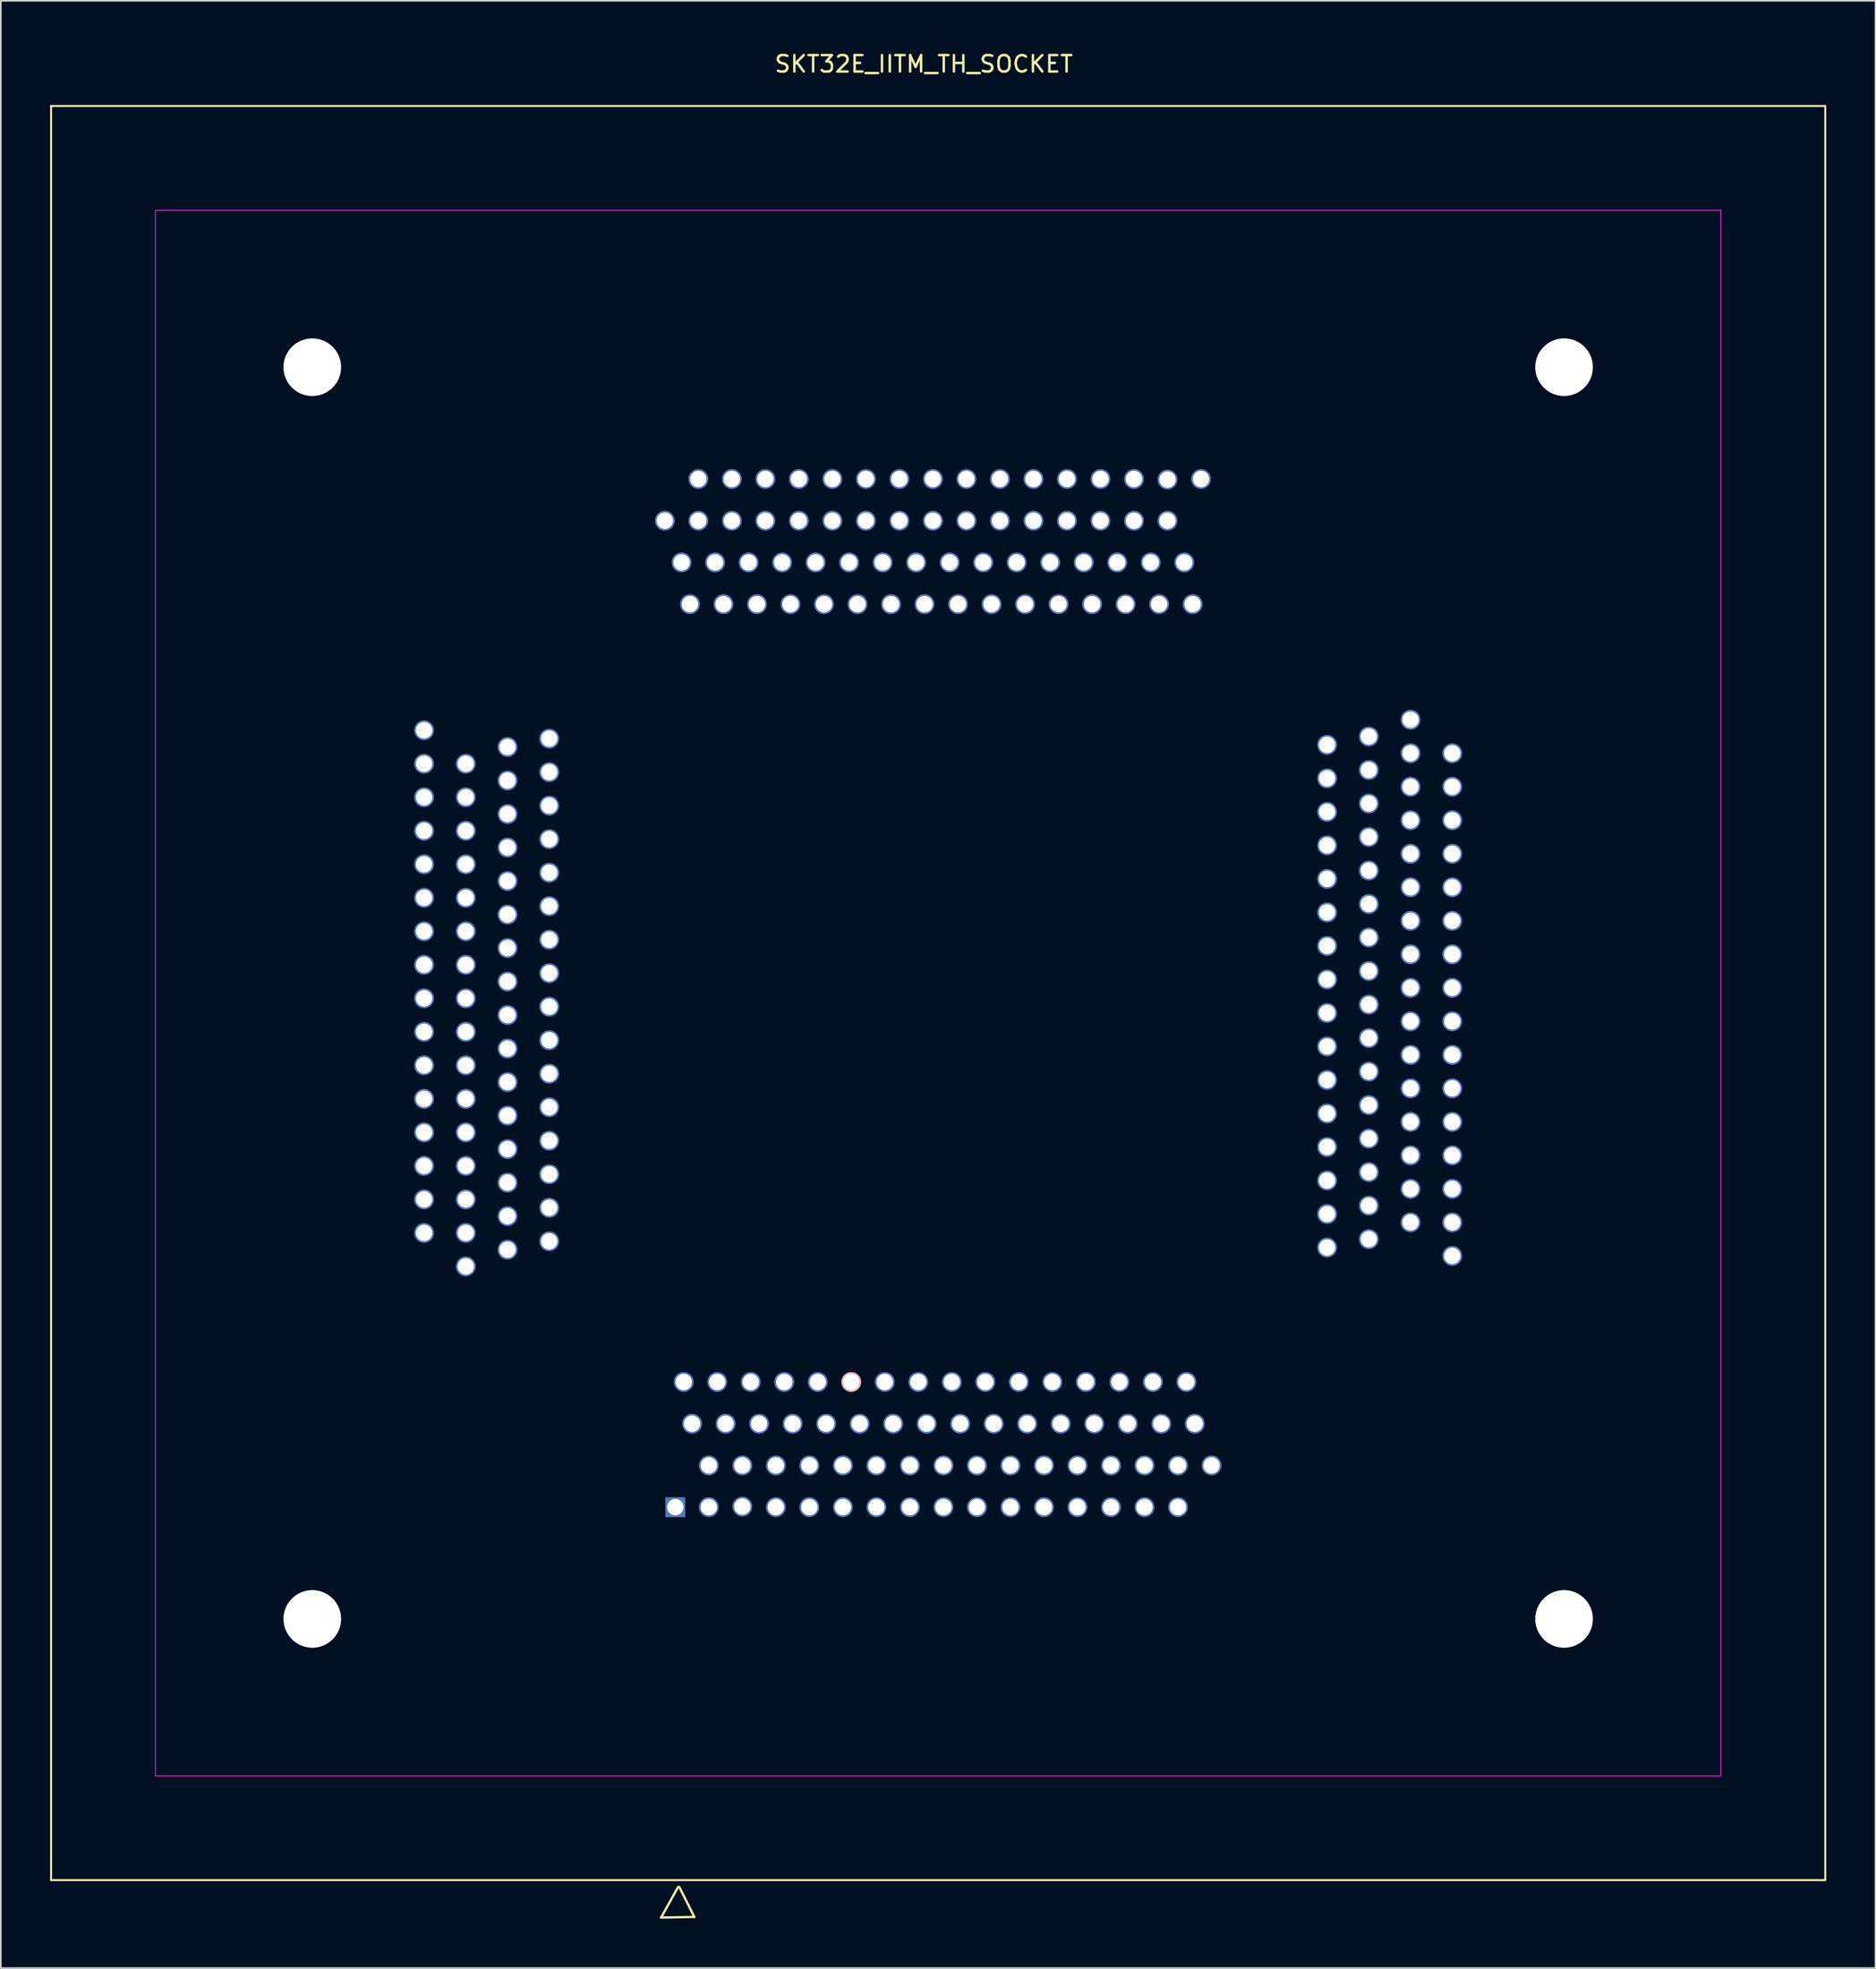
<source format=kicad_pcb>
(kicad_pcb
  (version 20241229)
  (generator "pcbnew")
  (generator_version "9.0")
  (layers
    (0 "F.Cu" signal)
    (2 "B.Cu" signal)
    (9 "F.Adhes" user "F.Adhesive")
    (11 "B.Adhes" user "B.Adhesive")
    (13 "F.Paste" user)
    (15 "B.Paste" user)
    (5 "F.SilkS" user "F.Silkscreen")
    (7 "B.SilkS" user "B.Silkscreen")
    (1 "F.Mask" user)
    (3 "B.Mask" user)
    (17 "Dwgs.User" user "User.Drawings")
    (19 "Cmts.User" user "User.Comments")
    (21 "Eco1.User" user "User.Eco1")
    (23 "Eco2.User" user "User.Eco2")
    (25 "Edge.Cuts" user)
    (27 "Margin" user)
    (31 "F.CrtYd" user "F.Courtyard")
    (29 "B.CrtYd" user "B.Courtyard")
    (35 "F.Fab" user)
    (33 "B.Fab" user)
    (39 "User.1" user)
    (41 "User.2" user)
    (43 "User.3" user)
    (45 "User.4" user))
  (footprint "SKT32E_IITM_TH_SOCKET"
    (layer "F.Cu")
    (at 54.06 57.404)
    (property "Reference" "SKT32E_IITM_TH_SOCKET" (at -0.874 -56.556 0) (layer "F.SilkS") (effects (font (size 1 1) (thickness 0.15))))
    (attr through_hole)
    (fp_line (start -54 -54) (end -54 54) (stroke (width 0.12) (type solid)) (layer "F.SilkS"))
    (fp_line (start -54 54) (end 54 54) (stroke (width 0.12) (type solid)) (layer "F.SilkS"))
    (fp_line (start -16.798 56.278) (end -14.869 56.241) (stroke (width 0.14) (type solid)) (layer "F.SilkS"))
    (fp_line (start -15.829 54.412) (end -16.871 56.286) (stroke (width 0.14) (type solid)) (layer "F.SilkS"))
    (fp_line (start -14.839 56.251) (end -15.758 54.422) (stroke (width 0.14) (type solid)) (layer "F.SilkS"))
    (fp_line (start 54 -54) (end -54 -54) (stroke (width 0.12) (type solid)) (layer "F.SilkS"))
    (fp_line (start 54 54) (end 54 -54) (stroke (width 0.12) (type solid)) (layer "F.SilkS"))
    (fp_line (start -47.65 -47.65) (end -47.65 47.65) (stroke (width 0.05) (type solid)) (layer "F.CrtYd"))
    (fp_line (start 47.65 -47.65) (end -47.65 -47.65) (stroke (width 0.05) (type solid)) (layer "F.CrtYd"))
    (fp_line (start 47.65 -47.65) (end 47.65 47.65) (stroke (width 0.05) (type solid)) (layer "F.CrtYd"))
    (fp_line (start 47.65 47.65) (end -47.65 47.65) (stroke (width 0.05) (type solid)) (layer "F.CrtYd"))
    (pad " " thru_hole circle (at -38.1 -38.1 270) (size 3.5 3.5) (drill 3.5) (layers "*.Cu"))
    (pad " " thru_hole circle (at -38.1 38.1 270) (size 3.5 3.5) (drill 3.5) (layers "*.Cu"))
    (pad " " thru_hole circle (at 38.1 -38.1 270) (size 3.5 3.5) (drill 3.5) (layers "*.Cu"))
    (pad " " thru_hole circle (at 38.1 38.1 270) (size 3.5 3.5) (drill 3.5) (layers "*.Cu"))
    (pad "1" thru_hole rect (at -16 31.295) (size 1.2 1.2) (drill 1) (layers "*.Cu" "*.Mask"))
    (pad "2" thru_hole circle (at -15.49 23.675) (size 1.2 1.2) (drill 1) (layers "*.Cu" "*.Mask"))
    (pad "3" thru_hole circle (at -14.98 26.215) (size 1.2 1.2) (drill 1) (layers "*.Cu" "*.Mask"))
    (pad "4" thru_hole circle (at -13.96 28.755) (size 1.2 1.2) (drill 1) (layers "*.Cu" "*.Mask"))
    (pad "5" thru_hole circle (at -13.96 31.295) (size 1.2 1.2) (drill 1) (layers "*.Cu" "*.Mask"))
    (pad "6" thru_hole circle (at -13.45 23.675) (size 1.2 1.2) (drill 1) (layers "*.Cu" "*.Mask"))
    (pad "7" thru_hole circle (at -12.94 26.215) (size 1.2 1.2) (drill 1) (layers "*.Cu" "*.Mask"))
    (pad "8" thru_hole circle (at -11.92 28.755) (size 1.2 1.2) (drill 1) (layers "*.Cu" "*.Mask"))
    (pad "9" thru_hole circle (at -11.92 31.259) (size 1.2 1.2) (drill 1) (layers "*.Cu" "*.Mask"))
    (pad "10" thru_hole circle (at -11.41 23.675) (size 1.2 1.2) (drill 1) (layers "*.Cu" "*.Mask"))
    (pad "11" thru_hole circle (at -10.9 26.215) (size 1.2 1.2) (drill 1) (layers "*.Cu" "*.Mask"))
    (pad "12" thru_hole circle (at -9.88 28.755) (size 1.2 1.2) (drill 1) (layers "*.Cu" "*.Mask"))
    (pad "13" thru_hole circle (at -9.88 31.295) (size 1.2 1.2) (drill 1) (layers "*.Cu" "*.Mask"))
    (pad "14" thru_hole circle (at -9.37 23.675) (size 1.2 1.2) (drill 1) (layers "*.Cu" "*.Mask"))
    (pad "15" thru_hole circle (at -8.86 26.215) (size 1.2 1.2) (drill 1) (layers "*.Cu" "*.Mask"))
    (pad "16" thru_hole circle (at -7.84 28.755) (size 1.2 1.2) (drill 1) (layers "*.Cu" "*.Mask"))
    (pad "17" thru_hole circle (at -7.84 31.295) (size 1.2 1.2) (drill 1) (layers "*.Cu" "*.Mask"))
    (pad "18" thru_hole circle (at -7.33 23.675) (size 1.2 1.2) (drill 1) (layers "*.Cu" "*.Mask"))
    (pad "19" thru_hole circle (at -6.82 26.215) (size 1.2 1.2) (drill 1) (layers "*.Cu" "*.Mask"))
    (pad "20" thru_hole circle (at -5.8 28.755) (size 1.2 1.2) (drill 1) (layers "*.Cu" "*.Mask"))
    (pad "21" thru_hole circle (at -5.8 31.295) (size 1.2 1.2) (drill 1) (layers "*.Cu" "*.Mask"))
    (pad "22" thru_hole circle (at -5.29 23.675) (size 1.2 1.2) (drill 1) (layers "*.Cu" "F.Mask" "B.SilkS"))
    (pad "23" thru_hole circle (at -4.78 26.215) (size 1.2 1.2) (drill 1) (layers "*.Cu" "*.Mask"))
    (pad "24" thru_hole circle (at -3.76 28.755) (size 1.2 1.2) (drill 1) (layers "*.Cu" "*.Mask"))
    (pad "25" thru_hole circle (at -3.76 31.295) (size 1.2 1.2) (drill 1) (layers "*.Cu" "*.Mask"))
    (pad "26" thru_hole circle (at -3.25 23.675) (size 1.2 1.2) (drill 1) (layers "*.Cu" "*.Mask"))
    (pad "27" thru_hole circle (at -2.74 26.215) (size 1.2 1.2) (drill 1) (layers "*.Cu" "*.Mask"))
    (pad "28" thru_hole circle (at -1.72 28.755) (size 1.2 1.2) (drill 1) (layers "*.Cu" "*.Mask"))
    (pad "29" thru_hole circle (at -1.72 31.295) (size 1.2 1.2) (drill 1) (layers "*.Cu" "*.Mask"))
    (pad "30" thru_hole circle (at -1.21 23.675) (size 1.2 1.2) (drill 1) (layers "*.Cu" "*.Mask"))
    (pad "31" thru_hole circle (at -0.7 26.215) (size 1.2 1.2) (drill 1) (layers "*.Cu" "*.Mask"))
    (pad "32" thru_hole circle (at 0.32 28.755) (size 1.2 1.2) (drill 1) (layers "*.Cu" "*.Mask"))
    (pad "33" thru_hole circle (at 0.32 31.295) (size 1.2 1.2) (drill 1) (layers "*.Cu" "*.Mask"))
    (pad "34" thru_hole circle (at 0.83 23.675) (size 1.2 1.2) (drill 1) (layers "*.Cu" "*.Mask"))
    (pad "35" thru_hole circle (at 1.34 26.215) (size 1.2 1.2) (drill 1) (layers "*.Cu" "*.Mask"))
    (pad "36" thru_hole circle (at 2.36 28.755) (size 1.2 1.2) (drill 1) (layers "*.Cu" "*.Mask"))
    (pad "37" thru_hole circle (at 2.36 31.295) (size 1.2 1.2) (drill 1) (layers "*.Cu" "*.Mask"))
    (pad "38" thru_hole circle (at 2.87 23.675) (size 1.2 1.2) (drill 1) (layers "*.Cu" "*.Mask"))
    (pad "39" thru_hole circle (at 3.38 26.215) (size 1.2 1.2) (drill 1) (layers "*.Cu" "*.Mask"))
    (pad "40" thru_hole circle (at 4.4 28.755) (size 1.2 1.2) (drill 1) (layers "*.Cu" "*.Mask"))
    (pad "41" thru_hole circle (at 4.4 31.295) (size 1.2 1.2) (drill 1) (layers "*.Cu" "*.Mask"))
    (pad "42" thru_hole circle (at 4.91 23.675) (size 1.2 1.2) (drill 1) (layers "*.Cu" "*.Mask"))
    (pad "43" thru_hole circle (at 5.42 26.215) (size 1.2 1.2) (drill 1) (layers "*.Cu" "*.Mask"))
    (pad "44" thru_hole circle (at 6.44 28.755) (size 1.2 1.2) (drill 1) (layers "*.Cu" "*.Mask"))
    (pad "45" thru_hole circle (at 6.44 31.295) (size 1.2 1.2) (drill 1) (layers "*.Cu" "*.Mask"))
    (pad "46" thru_hole circle (at 6.95 23.675) (size 1.2 1.2) (drill 1) (layers "*.Cu" "*.Mask"))
    (pad "47" thru_hole circle (at 7.46 26.215) (size 1.2 1.2) (drill 1) (layers "*.Cu" "*.Mask"))
    (pad "48" thru_hole circle (at 8.48 28.755) (size 1.2 1.2) (drill 1) (layers "*.Cu" "*.Mask"))
    (pad "49" thru_hole circle (at 8.48 31.295) (size 1.2 1.2) (drill 1) (layers "*.Cu" "*.Mask"))
    (pad "50" thru_hole circle (at 8.99 23.675) (size 1.2 1.2) (drill 1) (layers "*.Cu" "*.Mask"))
    (pad "51" thru_hole circle (at 9.5 26.215) (size 1.2 1.2) (drill 1) (layers "*.Cu" "*.Mask"))
    (pad "52" thru_hole circle (at 10.52 28.755) (size 1.2 1.2) (drill 1) (layers "*.Cu" "*.Mask"))
    (pad "53" thru_hole circle (at 10.52 31.295) (size 1.2 1.2) (drill 1) (layers "*.Cu" "*.Mask"))
    (pad "54" thru_hole circle (at 11.03 23.675) (size 1.2 1.2) (drill 1) (layers "*.Cu" "*.Mask"))
    (pad "55" thru_hole circle (at 11.54 26.215) (size 1.2 1.2) (drill 1) (layers "*.Cu" "*.Mask"))
    (pad "56" thru_hole circle (at 12.56 28.755) (size 1.2 1.2) (drill 1) (layers "*.Cu" "*.Mask"))
    (pad "57" thru_hole circle (at 12.56 31.295) (size 1.2 1.2) (drill 1) (layers "*.Cu" "*.Mask"))
    (pad "58" thru_hole circle (at 13.07 23.675) (size 1.2 1.2) (drill 1) (layers "*.Cu" "*.Mask"))
    (pad "59" thru_hole circle (at 13.58 26.215) (size 1.2 1.2) (drill 1) (layers "*.Cu" "*.Mask"))
    (pad "60" thru_hole circle (at 14.6 28.755) (size 1.2 1.2) (drill 1) (layers "*.Cu" "*.Mask"))
    (pad "61" thru_hole circle (at 14.6 31.295) (size 1.2 1.2) (drill 1) (layers "*.Cu" "*.Mask"))
    (pad "62" thru_hole circle (at 15.11 23.675) (size 1.2 1.2) (drill 1) (layers "*.Cu" "*.Mask"))
    (pad "63" thru_hole circle (at 15.62 26.215) (size 1.2 1.2) (drill 1) (layers "*.Cu" "*.Mask"))
    (pad "64" thru_hole circle (at 16.64 28.755) (size 1.2 1.2) (drill 1) (layers "*.Cu" "*.Mask"))
    (pad "65" thru_hole circle (at 31.295 16 90) (size 1.2 1.2) (drill 1) (layers "*.Cu" "*.Mask"))
    (pad "66" thru_hole circle (at 23.675 15.49 90) (size 1.2 1.2) (drill 1) (layers "*.Cu" "*.Mask"))
    (pad "67" thru_hole circle (at 26.215 14.98 90) (size 1.2 1.2) (drill 1) (layers "*.Cu" "*.Mask"))
    (pad "68" thru_hole circle (at 28.755 13.96 90) (size 1.2 1.2) (drill 1) (layers "*.Cu" "*.Mask"))
    (pad "69" thru_hole circle (at 31.295 13.96 90) (size 1.2 1.2) (drill 1) (layers "*.Cu" "*.Mask"))
    (pad "70" thru_hole circle (at 23.675 13.45 90) (size 1.2 1.2) (drill 1) (layers "*.Cu" "*.Mask"))
    (pad "71" thru_hole circle (at 26.215 12.94 90) (size 1.2 1.2) (drill 1) (layers "*.Cu" "*.Mask"))
    (pad "72" thru_hole circle (at 28.755 11.92 90) (size 1.2 1.2) (drill 1) (layers "*.Cu" "*.Mask"))
    (pad "73" thru_hole circle (at 31.295 11.92 90) (size 1.2 1.2) (drill 1) (layers "*.Cu" "*.Mask"))
    (pad "74" thru_hole circle (at 23.675 11.41 90) (size 1.2 1.2) (drill 1) (layers "*.Cu" "*.Mask"))
    (pad "75" thru_hole circle (at 26.215 10.9 90) (size 1.2 1.2) (drill 1) (layers "*.Cu" "*.Mask"))
    (pad "76" thru_hole circle (at 28.755 9.88 90) (size 1.2 1.2) (drill 1) (layers "*.Cu" "*.Mask"))
    (pad "77" thru_hole circle (at 31.295 9.88 90) (size 1.2 1.2) (drill 1) (layers "*.Cu" "*.Mask"))
    (pad "78" thru_hole circle (at 23.675 9.37 90) (size 1.2 1.2) (drill 1) (layers "*.Cu" "*.Mask"))
    (pad "79" thru_hole circle (at 26.215 8.86 90) (size 1.2 1.2) (drill 1) (layers "*.Cu" "*.Mask"))
    (pad "80" thru_hole circle (at 28.755 7.84 90) (size 1.2 1.2) (drill 1) (layers "*.Cu" "*.Mask"))
    (pad "81" thru_hole circle (at 31.295 7.84 90) (size 1.2 1.2) (drill 1) (layers "*.Cu" "*.Mask"))
    (pad "82" thru_hole circle (at 23.675 7.33 90) (size 1.2 1.2) (drill 1) (layers "*.Cu" "*.Mask"))
    (pad "83" thru_hole circle (at 26.215 6.82 90) (size 1.2 1.2) (drill 1) (layers "*.Cu" "*.Mask"))
    (pad "84" thru_hole circle (at 28.755 5.8 90) (size 1.2 1.2) (drill 1) (layers "*.Cu" "*.Mask"))
    (pad "85" thru_hole circle (at 31.295 5.8 90) (size 1.2 1.2) (drill 1) (layers "*.Cu" "*.Mask"))
    (pad "86" thru_hole circle (at 23.675 5.29 90) (size 1.2 1.2) (drill 1) (layers "*.Cu" "*.Mask"))
    (pad "87" thru_hole circle (at 26.215 4.78 90) (size 1.2 1.2) (drill 1) (layers "*.Cu" "*.Mask"))
    (pad "88" thru_hole circle (at 28.755 3.76 90) (size 1.2 1.2) (drill 1) (layers "*.Cu" "*.Mask"))
    (pad "89" thru_hole circle (at 31.295 3.76 90) (size 1.2 1.2) (drill 1) (layers "*.Cu" "*.Mask"))
    (pad "90" thru_hole circle (at 23.675 3.25 90) (size 1.2 1.2) (drill 1) (layers "*.Cu" "*.Mask"))
    (pad "91" thru_hole circle (at 26.215 2.74 90) (size 1.2 1.2) (drill 1) (layers "*.Cu" "*.Mask"))
    (pad "92" thru_hole circle (at 28.755 1.72 90) (size 1.2 1.2) (drill 1) (layers "*.Cu" "*.Mask"))
    (pad "93" thru_hole circle (at 31.295 1.72 90) (size 1.2 1.2) (drill 1) (layers "*.Cu" "*.Mask"))
    (pad "94" thru_hole circle (at 23.675 1.21 90) (size 1.2 1.2) (drill 1) (layers "*.Cu" "*.Mask"))
    (pad "95" thru_hole circle (at 26.215 0.7 90) (size 1.2 1.2) (drill 1) (layers "*.Cu" "*.Mask"))
    (pad "96" thru_hole circle (at 28.755 -0.32 90) (size 1.2 1.2) (drill 1) (layers "*.Cu" "*.Mask"))
    (pad "97" thru_hole circle (at 31.295 -0.32 90) (size 1.2 1.2) (drill 1) (layers "*.Cu" "*.Mask"))
    (pad "98" thru_hole circle (at 23.675 -0.83 90) (size 1.2 1.2) (drill 1) (layers "*.Cu" "*.Mask"))
    (pad "99" thru_hole circle (at 26.215 -1.34 90) (size 1.2 1.2) (drill 1) (layers "*.Cu" "*.Mask"))
    (pad "100" thru_hole circle (at 28.755 -2.36 90) (size 1.2 1.2) (drill 1) (layers "*.Cu" "*.Mask"))
    (pad "101" thru_hole circle (at 31.295 -2.36 90) (size 1.2 1.2) (drill 1) (layers "*.Cu" "*.Mask"))
    (pad "102" thru_hole circle (at 23.675 -2.87 90) (size 1.2 1.2) (drill 1) (layers "*.Cu" "*.Mask"))
    (pad "103" thru_hole circle (at 26.215 -3.38 90) (size 1.2 1.2) (drill 1) (layers "*.Cu" "*.Mask"))
    (pad "104" thru_hole circle (at 28.755 -4.4 90) (size 1.2 1.2) (drill 1) (layers "*.Cu" "*.Mask"))
    (pad "105" thru_hole circle (at 31.295 -4.4 90) (size 1.2 1.2) (drill 1) (layers "*.Cu" "*.Mask"))
    (pad "106" thru_hole circle (at 23.675 -4.91 90) (size 1.2 1.2) (drill 1) (layers "*.Cu" "*.Mask"))
    (pad "107" thru_hole circle (at 26.215 -5.42 90) (size 1.2 1.2) (drill 1) (layers "*.Cu" "*.Mask"))
    (pad "108" thru_hole circle (at 28.755 -6.44 90) (size 1.2 1.2) (drill 1) (layers "*.Cu" "*.Mask"))
    (pad "109" thru_hole circle (at 31.295 -6.44 90) (size 1.2 1.2) (drill 1) (layers "*.Cu" "*.Mask"))
    (pad "110" thru_hole circle (at 23.675 -6.95 90) (size 1.2 1.2) (drill 1) (layers "*.Cu" "*.Mask"))
    (pad "111" thru_hole circle (at 26.215 -7.46 90) (size 1.2 1.2) (drill 1) (layers "*.Cu" "*.Mask"))
    (pad "112" thru_hole circle (at 28.755 -8.48 90) (size 1.2 1.2) (drill 1) (layers "*.Cu" "*.Mask"))
    (pad "113" thru_hole circle (at 31.295 -8.48 90) (size 1.2 1.2) (drill 1) (layers "*.Cu" "*.Mask"))
    (pad "114" thru_hole circle (at 23.675 -8.99 90) (size 1.2 1.2) (drill 1) (layers "*.Cu" "*.Mask"))
    (pad "115" thru_hole circle (at 26.215 -9.5 90) (size 1.2 1.2) (drill 1) (layers "*.Cu" "*.Mask"))
    (pad "116" thru_hole circle (at 28.755 -10.52 90) (size 1.2 1.2) (drill 1) (layers "*.Cu" "*.Mask"))
    (pad "117" thru_hole circle (at 31.295 -10.52 90) (size 1.2 1.2) (drill 1) (layers "*.Cu" "*.Mask"))
    (pad "118" thru_hole circle (at 23.675 -11.03 90) (size 1.2 1.2) (drill 1) (layers "*.Cu" "*.Mask"))
    (pad "119" thru_hole circle (at 26.215 -11.54 90) (size 1.2 1.2) (drill 1) (layers "*.Cu" "*.Mask"))
    (pad "120" thru_hole circle (at 28.755 -12.56 90) (size 1.2 1.2) (drill 1) (layers "*.Cu" "*.Mask"))
    (pad "121" thru_hole circle (at 31.295 -12.56 90) (size 1.2 1.2) (drill 1) (layers "*.Cu" "*.Mask"))
    (pad "122" thru_hole circle (at 23.675 -13.07 90) (size 1.2 1.2) (drill 1) (layers "*.Cu" "*.Mask"))
    (pad "123" thru_hole circle (at 26.215 -13.58 90) (size 1.2 1.2) (drill 1) (layers "*.Cu" "*.Mask"))
    (pad "124" thru_hole circle (at 28.755 -14.6 90) (size 1.2 1.2) (drill 1) (layers "*.Cu" "*.Mask"))
    (pad "125" thru_hole circle (at 31.295 -14.6 90) (size 1.2 1.2) (drill 1) (layers "*.Cu" "*.Mask"))
    (pad "126" thru_hole circle (at 23.675 -15.11 90) (size 1.2 1.2) (drill 1) (layers "*.Cu" "*.Mask"))
    (pad "127" thru_hole circle (at 26.215 -15.62 90) (size 1.2 1.2) (drill 1) (layers "*.Cu" "*.Mask"))
    (pad "128" thru_hole circle (at 28.755 -16.64 90) (size 1.2 1.2) (drill 1) (layers "*.Cu" "*.Mask"))
    (pad "129" thru_hole circle (at 16 -31.295 180) (size 1.2 1.2) (drill 1) (layers "*.Cu" "*.Mask"))
    (pad "130" thru_hole circle (at 15.49 -23.675 180) (size 1.2 1.2) (drill 1) (layers "*.Cu" "*.Mask"))
    (pad "131" thru_hole circle (at 14.98 -26.215 180) (size 1.2 1.2) (drill 1) (layers "*.Cu" "*.Mask"))
    (pad "132" thru_hole circle (at 13.96 -28.755 180) (size 1.2 1.2) (drill 1) (layers "*.Cu" "*.Mask"))
    (pad "133" thru_hole circle (at 13.96 -31.259 180) (size 1.2 1.2) (drill 1) (layers "*.Cu" "*.Mask"))
    (pad "134" thru_hole circle (at 13.45 -23.675 180) (size 1.2 1.2) (drill 1) (layers "*.Cu" "*.Mask"))
    (pad "135" thru_hole circle (at 12.94 -26.215 180) (size 1.2 1.2) (drill 1) (layers "*.Cu" "*.Mask"))
    (pad "136" thru_hole circle (at 11.92 -28.755 180) (size 1.2 1.2) (drill 1) (layers "*.Cu" "*.Mask"))
    (pad "137" thru_hole circle (at 11.92 -31.295 180) (size 1.2 1.2) (drill 1) (layers "*.Cu" "*.Mask"))
    (pad "138" thru_hole circle (at 9.88 -28.755 180) (size 1.2 1.2) (drill 1) (layers "*.Cu" "*.Mask"))
    (pad "138" thru_hole circle (at 11.41 -23.675 180) (size 1.2 1.2) (drill 1) (layers "*.Cu" "*.Mask"))
    (pad "139" thru_hole circle (at 10.9 -26.215 180) (size 1.2 1.2) (drill 1) (layers "*.Cu" "*.Mask"))
    (pad "141" thru_hole circle (at 9.88 -31.295 180) (size 1.2 1.2) (drill 1) (layers "*.Cu" "*.Mask"))
    (pad "142" thru_hole circle (at 7.84 -28.755 180) (size 1.2 1.2) (drill 1) (layers "*.Cu" "*.Mask"))
    (pad "142" thru_hole circle (at 9.37 -23.675 180) (size 1.2 1.2) (drill 1) (layers "*.Cu" "*.Mask"))
    (pad "143" thru_hole circle (at 8.86 -26.215 180) (size 1.2 1.2) (drill 1) (layers "*.Cu" "*.Mask"))
    (pad "145" thru_hole circle (at 7.84 -31.295 180) (size 1.2 1.2) (drill 1) (layers "*.Cu" "*.Mask"))
    (pad "146" thru_hole circle (at 7.33 -23.675 180) (size 1.2 1.2) (drill 1) (layers "*.Cu" "*.Mask"))
    (pad "147" thru_hole circle (at 6.82 -26.215 180) (size 1.2 1.2) (drill 1) (layers "*.Cu" "*.Mask"))
    (pad "148" thru_hole circle (at 5.8 -28.755 180) (size 1.2 1.2) (drill 1) (layers "*.Cu" "*.Mask"))
    (pad "149" thru_hole circle (at 5.8 -31.295 180) (size 1.2 1.2) (drill 1) (layers "*.Cu" "*.Mask"))
    (pad "150" thru_hole circle (at 5.29 -23.675 180) (size 1.2 1.2) (drill 1) (layers "*.Cu" "*.Mask"))
    (pad "151" thru_hole circle (at 4.78 -26.215 180) (size 1.2 1.2) (drill 1) (layers "*.Cu" "*.Mask"))
    (pad "152" thru_hole circle (at 3.76 -28.755 180) (size 1.2 1.2) (drill 1) (layers "*.Cu" "*.Mask"))
    (pad "153" thru_hole circle (at 3.76 -31.295 180) (size 1.2 1.2) (drill 1) (layers "*.Cu" "*.Mask"))
    (pad "154" thru_hole circle (at 3.25 -23.675 180) (size 1.2 1.2) (drill 1) (layers "*.Cu" "*.Mask"))
    (pad "155" thru_hole circle (at 2.74 -26.215 180) (size 1.2 1.2) (drill 1) (layers "*.Cu" "*.Mask"))
    (pad "156" thru_hole circle (at 1.72 -28.755 180) (size 1.2 1.2) (drill 1) (layers "*.Cu" "*.Mask"))
    (pad "157" thru_hole circle (at 1.72 -31.295 180) (size 1.2 1.2) (drill 1) (layers "*.Cu" "*.Mask"))
    (pad "158" thru_hole circle (at 1.21 -23.675 180) (size 1.2 1.2) (drill 1) (layers "*.Cu" "*.Mask"))
    (pad "159" thru_hole circle (at 0.7 -26.215 180) (size 1.2 1.2) (drill 1) (layers "*.Cu" "*.Mask"))
    (pad "160" thru_hole circle (at -0.32 -28.755 180) (size 1.2 1.2) (drill 1) (layers "*.Cu" "*.Mask"))
    (pad "161" thru_hole circle (at -0.32 -31.295 180) (size 1.2 1.2) (drill 1) (layers "*.Cu" "*.Mask"))
    (pad "162" thru_hole circle (at -0.83 -23.675 180) (size 1.2 1.2) (drill 1) (layers "*.Cu" "*.Mask"))
    (pad "163" thru_hole circle (at -1.34 -26.215 180) (size 1.2 1.2) (drill 1) (layers "*.Cu" "*.Mask"))
    (pad "164" thru_hole circle (at -2.36 -28.755 180) (size 1.2 1.2) (drill 1) (layers "*.Cu" "*.Mask"))
    (pad "165" thru_hole circle (at -2.36 -31.295 180) (size 1.2 1.2) (drill 1) (layers "*.Cu" "*.Mask"))
    (pad "166" thru_hole circle (at -2.87 -23.675 180) (size 1.2 1.2) (drill 1) (layers "*.Cu" "*.Mask"))
    (pad "167" thru_hole circle (at -3.38 -26.215 180) (size 1.2 1.2) (drill 1) (layers "*.Cu" "*.Mask"))
    (pad "168" thru_hole circle (at -4.4 -28.755 180) (size 1.2 1.2) (drill 1) (layers "*.Cu" "*.Mask"))
    (pad "169" thru_hole circle (at -4.4 -31.295 180) (size 1.2 1.2) (drill 1) (layers "*.Cu" "*.Mask"))
    (pad "170" thru_hole circle (at -6.44 -28.755 180) (size 1.2 1.2) (drill 1) (layers "*.Cu" "*.Mask"))
    (pad "170" thru_hole circle (at -4.91 -23.675 180) (size 1.2 1.2) (drill 1) (layers "*.Cu" "*.Mask"))
    (pad "171" thru_hole circle (at -5.42 -26.215 180) (size 1.2 1.2) (drill 1) (layers "*.Cu" "*.Mask"))
    (pad "173" thru_hole circle (at -6.44 -31.295 180) (size 1.2 1.2) (drill 1) (layers "*.Cu" "*.Mask"))
    (pad "174" thru_hole circle (at -6.95 -23.675 180) (size 1.2 1.2) (drill 1) (layers "*.Cu" "*.Mask"))
    (pad "175" thru_hole circle (at -7.46 -26.215 180) (size 1.2 1.2) (drill 1) (layers "*.Cu" "*.Mask"))
    (pad "176" thru_hole circle (at -8.48 -28.755 180) (size 1.2 1.2) (drill 1) (layers "*.Cu" "*.Mask"))
    (pad "177" thru_hole circle (at -8.48 -31.295 180) (size 1.2 1.2) (drill 1) (layers "*.Cu" "*.Mask"))
    (pad "178" thru_hole circle (at -8.99 -23.675 180) (size 1.2 1.2) (drill 1) (layers "*.Cu" "*.Mask"))
    (pad "179" thru_hole circle (at -9.5 -26.215 180) (size 1.2 1.2) (drill 1) (layers "*.Cu" "*.Mask"))
    (pad "180" thru_hole circle (at -10.52 -28.755 180) (size 1.2 1.2) (drill 1) (layers "*.Cu" "*.Mask"))
    (pad "181" thru_hole circle (at -10.52 -31.295 180) (size 1.2 1.2) (drill 1) (layers "*.Cu" "*.Mask"))
    (pad "182" thru_hole circle (at -11.03 -23.675 180) (size 1.2 1.2) (drill 1) (layers "*.Cu" "*.Mask"))
    (pad "183" thru_hole circle (at -11.54 -26.215 180) (size 1.2 1.2) (drill 1) (layers "*.Cu" "*.Mask"))
    (pad "184" thru_hole circle (at -12.56 -28.755 180) (size 1.2 1.2) (drill 1) (layers "*.Cu" "*.Mask"))
    (pad "185" thru_hole circle (at -12.56 -31.295 180) (size 1.2 1.2) (drill 1) (layers "*.Cu" "*.Mask"))
    (pad "186" thru_hole circle (at -13.07 -23.675 180) (size 1.2 1.2) (drill 1) (layers "*.Cu" "*.Mask"))
    (pad "187" thru_hole circle (at -13.58 -26.215 180) (size 1.2 1.2) (drill 1) (layers "*.Cu" "*.Mask"))
    (pad "188" thru_hole circle (at -14.6 -28.755 180) (size 1.2 1.2) (drill 1) (layers "*.Cu" "*.Mask"))
    (pad "189" thru_hole circle (at -14.6 -31.295 180) (size 1.2 1.2) (drill 1) (layers "*.Cu" "*.Mask"))
    (pad "190" thru_hole circle (at -15.11 -23.675 180) (size 1.2 1.2) (drill 1) (layers "*.Cu" "*.Mask"))
    (pad "191" thru_hole circle (at -15.62 -26.215 180) (size 1.2 1.2) (drill 1) (layers "*.Cu" "*.Mask"))
    (pad "192" thru_hole circle (at -16.64 -28.755 180) (size 1.2 1.2) (drill 1) (layers "*.Cu" "*.Mask"))
    (pad "193" thru_hole circle (at -31.295 -16 270) (size 1.2 1.2) (drill 1) (layers "*.Cu" "*.Mask"))
    (pad "194" thru_hole circle (at -23.675 -15.49 270) (size 1.2 1.2) (drill 1) (layers "*.Cu" "*.Mask"))
    (pad "195" thru_hole circle (at -26.215 -14.98 270) (size 1.2 1.2) (drill 1) (layers "*.Cu" "*.Mask"))
    (pad "196" thru_hole circle (at -28.755 -13.96 270) (size 1.2 1.2) (drill 1) (layers "*.Cu" "*.Mask"))
    (pad "197" thru_hole circle (at -31.295 -13.96 270) (size 1.2 1.2) (drill 1) (layers "*.Cu" "*.Mask"))
    (pad "198" thru_hole circle (at -23.675 -13.45 270) (size 1.2 1.2) (drill 1) (layers "*.Cu" "*.Mask"))
    (pad "199" thru_hole circle (at -26.215 -12.94 270) (size 1.2 1.2) (drill 1) (layers "*.Cu" "*.Mask"))
    (pad "200" thru_hole circle (at -28.755 -11.92 270) (size 1.2 1.2) (drill 1) (layers "*.Cu" "*.Mask"))
    (pad "201" thru_hole circle (at -31.295 -11.92 270) (size 1.2 1.2) (drill 1) (layers "*.Cu" "*.Mask"))
    (pad "202" thru_hole circle (at -23.675 -11.41 270) (size 1.2 1.2) (drill 1) (layers "*.Cu" "*.Mask"))
    (pad "203" thru_hole circle (at -26.215 -10.9 270) (size 1.2 1.2) (drill 1) (layers "*.Cu" "*.Mask"))
    (pad "204" thru_hole circle (at -28.755 -9.88 270) (size 1.2 1.2) (drill 1) (layers "*.Cu" "*.Mask"))
    (pad "205" thru_hole circle (at -31.295 -9.88 270) (size 1.2 1.2) (drill 1) (layers "*.Cu" "*.Mask"))
    (pad "206" thru_hole circle (at -23.675 -9.37 270) (size 1.2 1.2) (drill 1) (layers "*.Cu" "*.Mask"))
    (pad "207" thru_hole circle (at -26.215 -8.86 270) (size 1.2 1.2) (drill 1) (layers "*.Cu" "*.Mask"))
    (pad "208" thru_hole circle (at -28.755 -7.84 270) (size 1.2 1.2) (drill 1) (layers "*.Cu" "*.Mask"))
    (pad "209" thru_hole circle (at -31.295 -7.84 270) (size 1.2 1.2) (drill 1) (layers "*.Cu" "*.Mask"))
    (pad "210" thru_hole circle (at -23.675 -7.33 270) (size 1.2 1.2) (drill 1) (layers "*.Cu" "*.Mask"))
    (pad "211" thru_hole circle (at -26.215 -6.82 270) (size 1.2 1.2) (drill 1) (layers "*.Cu" "*.Mask"))
    (pad "212" thru_hole circle (at -28.755 -5.8 270) (size 1.2 1.2) (drill 1) (layers "*.Cu" "*.Mask"))
    (pad "213" thru_hole circle (at -31.295 -5.8 270) (size 1.2 1.2) (drill 1) (layers "*.Cu" "*.Mask"))
    (pad "214" thru_hole circle (at -23.675 -5.29 270) (size 1.2 1.2) (drill 1) (layers "*.Cu" "*.Mask"))
    (pad "215" thru_hole circle (at -26.215 -4.78 270) (size 1.2 1.2) (drill 1) (layers "*.Cu" "*.Mask"))
    (pad "216" thru_hole circle (at -28.755 -3.76 270) (size 1.2 1.2) (drill 1) (layers "*.Cu" "*.Mask"))
    (pad "217" thru_hole circle (at -31.295 -3.76 270) (size 1.2 1.2) (drill 1) (layers "*.Cu" "*.Mask"))
    (pad "218" thru_hole circle (at -23.675 -3.25 270) (size 1.2 1.2) (drill 1) (layers "*.Cu" "*.Mask"))
    (pad "219" thru_hole circle (at -26.215 -2.74 270) (size 1.2 1.2) (drill 1) (layers "*.Cu" "*.Mask"))
    (pad "220" thru_hole circle (at -28.755 -1.72 270) (size 1.2 1.2) (drill 1) (layers "*.Cu" "*.Mask"))
    (pad "221" thru_hole circle (at -31.295 -1.72 270) (size 1.2 1.2) (drill 1) (layers "*.Cu" "*.Mask"))
    (pad "222" thru_hole circle (at -23.675 -1.21 270) (size 1.2 1.2) (drill 1) (layers "*.Cu" "*.Mask"))
    (pad "223" thru_hole circle (at -26.215 -0.7 270) (size 1.2 1.2) (drill 1) (layers "*.Cu" "*.Mask"))
    (pad "224" thru_hole circle (at -28.755 0.32 270) (size 1.2 1.2) (drill 1) (layers "*.Cu" "*.Mask"))
    (pad "225" thru_hole circle (at -31.295 0.32 270) (size 1.2 1.2) (drill 1) (layers "*.Cu" "*.Mask"))
    (pad "226" thru_hole circle (at -23.675 0.83 270) (size 1.2 1.2) (drill 1) (layers "*.Cu" "*.Mask"))
    (pad "227" thru_hole circle (at -26.215 1.34 270) (size 1.2 1.2) (drill 1) (layers "*.Cu" "*.Mask"))
    (pad "228" thru_hole circle (at -28.755 2.36 270) (size 1.2 1.2) (drill 1) (layers "*.Cu" "*.Mask"))
    (pad "229" thru_hole circle (at -31.295 2.36 270) (size 1.2 1.2) (drill 1) (layers "*.Cu" "*.Mask"))
    (pad "230" thru_hole circle (at -23.675 2.87 270) (size 1.2 1.2) (drill 1) (layers "*.Cu" "*.Mask"))
    (pad "231" thru_hole circle (at -26.215 3.38 270) (size 1.2 1.2) (drill 1) (layers "*.Cu" "*.Mask"))
    (pad "232" thru_hole circle (at -28.755 4.4 270) (size 1.2 1.2) (drill 1) (layers "*.Cu" "*.Mask"))
    (pad "233" thru_hole circle (at -31.295 4.4 270) (size 1.2 1.2) (drill 1) (layers "*.Cu" "*.Mask"))
    (pad "234" thru_hole circle (at -23.675 4.91 270) (size 1.2 1.2) (drill 1) (layers "*.Cu" "*.Mask"))
    (pad "235" thru_hole circle (at -26.215 5.42 270) (size 1.2 1.2) (drill 1) (layers "*.Cu" "*.Mask"))
    (pad "236" thru_hole circle (at -28.755 6.44 270) (size 1.2 1.2) (drill 1) (layers "*.Cu" "*.Mask"))
    (pad "237" thru_hole circle (at -31.295 6.44 270) (size 1.2 1.2) (drill 1) (layers "*.Cu" "*.Mask"))
    (pad "238" thru_hole circle (at -23.675 6.95 270) (size 1.2 1.2) (drill 1) (layers "*.Cu" "*.Mask"))
    (pad "239" thru_hole circle (at -26.215 7.46 270) (size 1.2 1.2) (drill 1) (layers "*.Cu" "*.Mask"))
    (pad "240" thru_hole circle (at -28.755 8.48 270) (size 1.2 1.2) (drill 1) (layers "*.Cu" "*.Mask"))
    (pad "241" thru_hole circle (at -31.295 8.48 270) (size 1.2 1.2) (drill 1) (layers "*.Cu" "*.Mask"))
    (pad "242" thru_hole circle (at -23.675 8.99 270) (size 1.2 1.2) (drill 1) (layers "*.Cu" "*.Mask"))
    (pad "243" thru_hole circle (at -26.215 9.5 270) (size 1.2 1.2) (drill 1) (layers "*.Cu" "*.Mask"))
    (pad "244" thru_hole circle (at -28.755 10.52 270) (size 1.2 1.2) (drill 1) (layers "*.Cu" "*.Mask"))
    (pad "245" thru_hole circle (at -31.295 10.52 270) (size 1.2 1.2) (drill 1) (layers "*.Cu" "*.Mask"))
    (pad "246" thru_hole circle (at -23.675 11.03 270) (size 1.2 1.2) (drill 1) (layers "*.Cu" "*.Mask"))
    (pad "247" thru_hole circle (at -26.215 11.54 270) (size 1.2 1.2) (drill 1) (layers "*.Cu" "*.Mask"))
    (pad "248" thru_hole circle (at -28.755 12.56 270) (size 1.2 1.2) (drill 1) (layers "*.Cu" "*.Mask"))
    (pad "249" thru_hole circle (at -31.295 12.56 270) (size 1.2 1.2) (drill 1) (layers "*.Cu" "*.Mask"))
    (pad "250" thru_hole circle (at -23.675 13.07 270) (size 1.2 1.2) (drill 1) (layers "*.Cu" "*.Mask"))
    (pad "251" thru_hole circle (at -26.215 13.58 270) (size 1.2 1.2) (drill 1) (layers "*.Cu" "*.Mask"))
    (pad "252" thru_hole circle (at -28.755 14.6 270) (size 1.2 1.2) (drill 1) (layers "*.Cu" "*.Mask"))
    (pad "253" thru_hole circle (at -31.295 14.6 270) (size 1.2 1.2) (drill 1) (layers "*.Cu" "*.Mask"))
    (pad "254" thru_hole circle (at -23.675 15.11 270) (size 1.2 1.2) (drill 1) (layers "*.Cu" "*.Mask"))
    (pad "255" thru_hole circle (at -26.215 15.62 270) (size 1.2 1.2) (drill 1) (layers "*.Cu" "*.Mask"))
    (pad "256" thru_hole circle (at -28.755 16.64 270) (size 1.2 1.2) (drill 1) (layers "*.Cu" "*.Mask")))
  (gr_rect
    (start -3 -3)
    (end 111.12 116.76)
    (stroke (width 0.1) (type default))
    (fill no)
    (layer "Edge.Cuts")))
</source>
